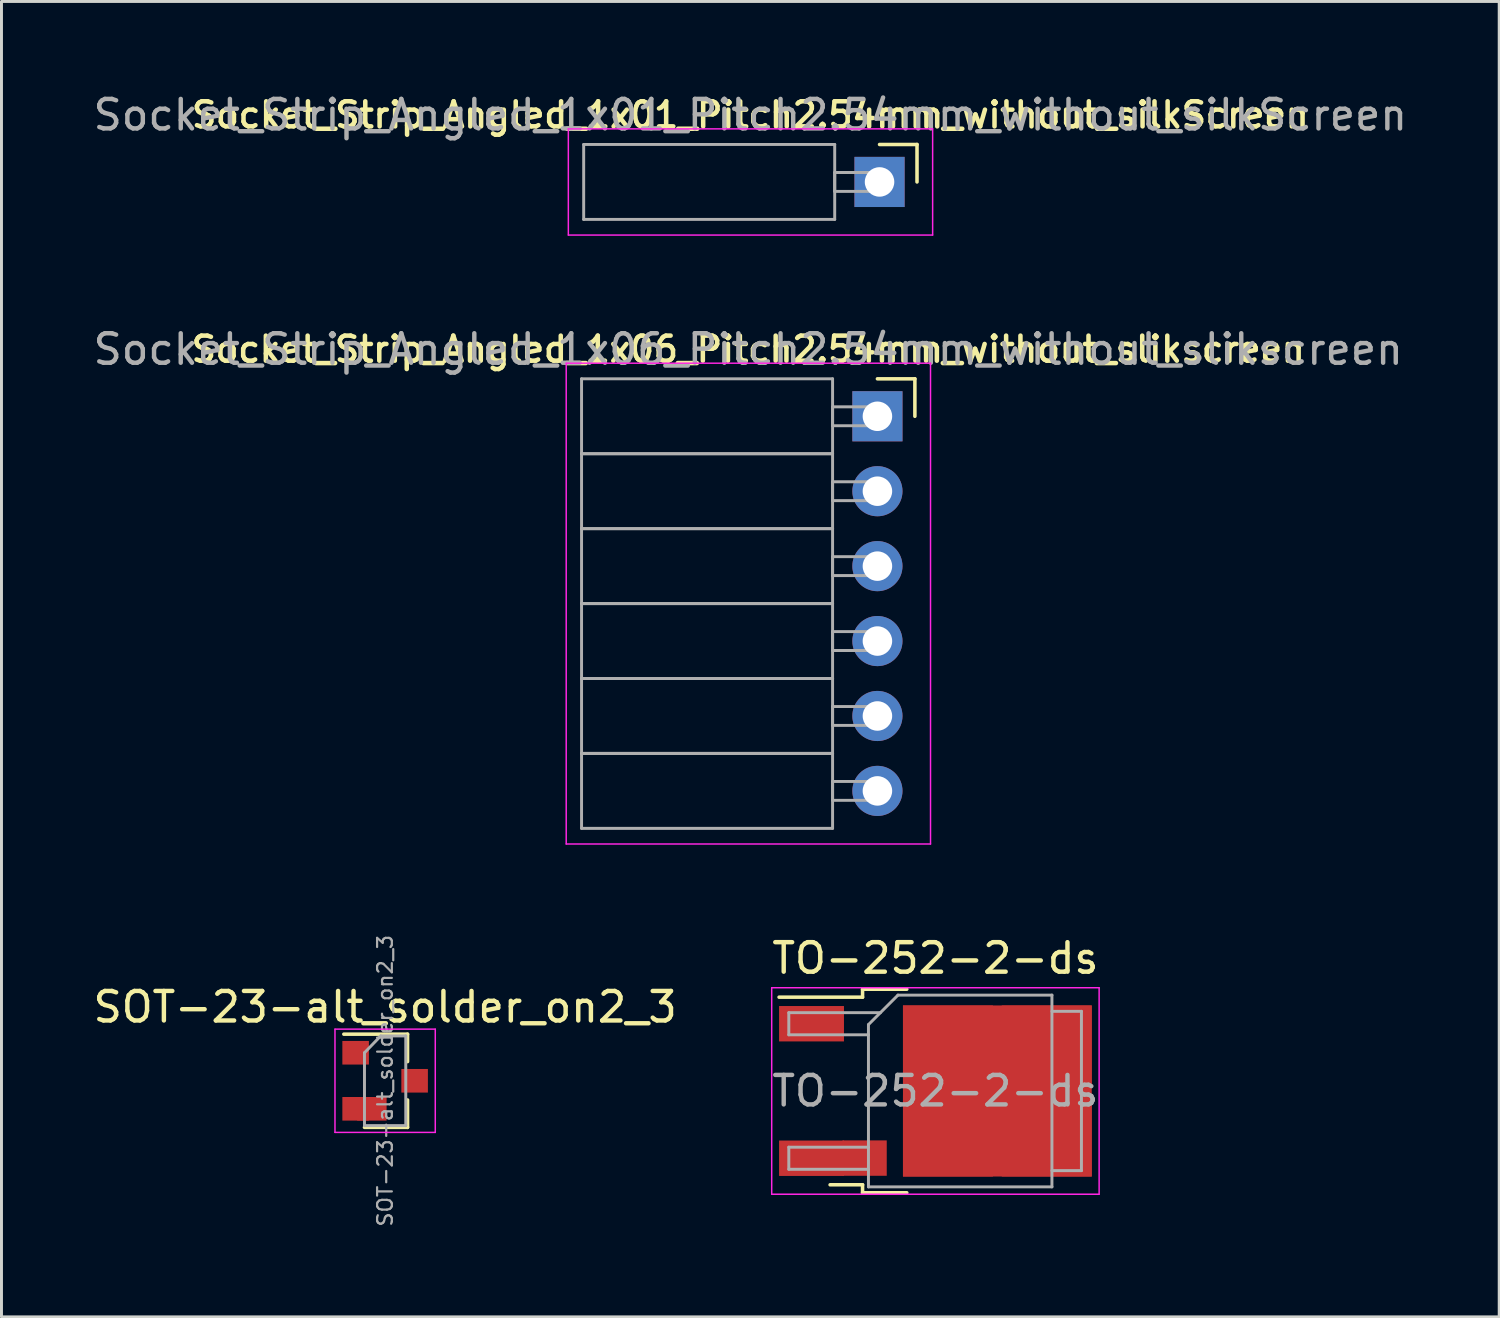
<source format=kicad_pcb>
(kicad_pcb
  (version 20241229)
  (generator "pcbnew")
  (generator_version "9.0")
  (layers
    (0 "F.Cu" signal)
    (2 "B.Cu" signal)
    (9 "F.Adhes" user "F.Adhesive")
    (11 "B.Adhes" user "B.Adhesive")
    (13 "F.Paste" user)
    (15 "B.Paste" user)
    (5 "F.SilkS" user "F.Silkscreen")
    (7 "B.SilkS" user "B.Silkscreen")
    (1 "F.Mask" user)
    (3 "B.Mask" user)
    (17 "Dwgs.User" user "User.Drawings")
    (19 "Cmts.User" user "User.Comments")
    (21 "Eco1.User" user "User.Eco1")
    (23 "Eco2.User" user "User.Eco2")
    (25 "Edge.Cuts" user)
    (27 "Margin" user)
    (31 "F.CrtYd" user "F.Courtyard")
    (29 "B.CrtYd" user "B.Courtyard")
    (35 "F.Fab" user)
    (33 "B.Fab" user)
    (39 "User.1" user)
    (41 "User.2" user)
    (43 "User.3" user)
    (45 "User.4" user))
  (footprint "Socket_Strip_Angled_1x06_Pitch2.54mm_without_slikscreen"
    (layer "F.Cu")
    (at 26.695 11.062)
    (property "Reference" "Socket_Strip_Angled_1x06_Pitch2.54mm_without_slikscreen" (at -4.38 -2.27 0) (layer "F.SilkS") (effects (font (size 0.85 0.85) (thickness 0.153))))
    (attr through_hole)
    (fp_line (start 0 -1.27) (end 1.27 -1.27) (stroke (width 0.12) (type solid)) (layer "F.SilkS"))
    (fp_line (start 1.27 -1.27) (end 1.27 0) (stroke (width 0.12) (type solid)) (layer "F.SilkS"))
    (fp_line (start -10.55 -1.8) (end 1.8 -1.8) (stroke (width 0.05) (type solid)) (layer "F.CrtYd"))
    (fp_line (start -10.55 14.5) (end -10.55 -1.8) (stroke (width 0.05) (type solid)) (layer "F.CrtYd"))
    (fp_line (start 1.8 -1.8) (end 1.8 14.5) (stroke (width 0.05) (type solid)) (layer "F.CrtYd"))
    (fp_line (start 1.8 14.5) (end -10.55 14.5) (stroke (width 0.05) (type solid)) (layer "F.CrtYd"))
    (fp_line (start -10.03 -1.27) (end -1.52 -1.27) (stroke (width 0.1) (type solid)) (layer "F.Fab"))
    (fp_line (start -10.03 1.27) (end -10.03 -1.27) (stroke (width 0.1) (type solid)) (layer "F.Fab"))
    (fp_line (start -10.03 1.27) (end -1.52 1.27) (stroke (width 0.1) (type solid)) (layer "F.Fab"))
    (fp_line (start -10.03 3.81) (end -10.03 1.27) (stroke (width 0.1) (type solid)) (layer "F.Fab"))
    (fp_line (start -10.03 3.81) (end -1.52 3.81) (stroke (width 0.1) (type solid)) (layer "F.Fab"))
    (fp_line (start -10.03 6.35) (end -10.03 3.81) (stroke (width 0.1) (type solid)) (layer "F.Fab"))
    (fp_line (start -10.03 6.35) (end -1.52 6.35) (stroke (width 0.1) (type solid)) (layer "F.Fab"))
    (fp_line (start -10.03 8.89) (end -10.03 6.35) (stroke (width 0.1) (type solid)) (layer "F.Fab"))
    (fp_line (start -10.03 8.89) (end -1.52 8.89) (stroke (width 0.1) (type solid)) (layer "F.Fab"))
    (fp_line (start -10.03 11.43) (end -10.03 8.89) (stroke (width 0.1) (type solid)) (layer "F.Fab"))
    (fp_line (start -10.03 11.43) (end -1.52 11.43) (stroke (width 0.1) (type solid)) (layer "F.Fab"))
    (fp_line (start -10.03 13.97) (end -10.03 11.43) (stroke (width 0.1) (type solid)) (layer "F.Fab"))
    (fp_line (start -1.52 -1.27) (end -1.52 1.27) (stroke (width 0.1) (type solid)) (layer "F.Fab"))
    (fp_line (start -1.52 -0.32) (end 0 -0.32) (stroke (width 0.1) (type solid)) (layer "F.Fab"))
    (fp_line (start -1.52 0.32) (end -1.52 -0.32) (stroke (width 0.1) (type solid)) (layer "F.Fab"))
    (fp_line (start -1.52 1.27) (end -10.03 1.27) (stroke (width 0.1) (type solid)) (layer "F.Fab"))
    (fp_line (start -1.52 1.27) (end -1.52 3.81) (stroke (width 0.1) (type solid)) (layer "F.Fab"))
    (fp_line (start -1.52 2.22) (end 0 2.22) (stroke (width 0.1) (type solid)) (layer "F.Fab"))
    (fp_line (start -1.52 2.86) (end -1.52 2.22) (stroke (width 0.1) (type solid)) (layer "F.Fab"))
    (fp_line (start -1.52 3.81) (end -10.03 3.81) (stroke (width 0.1) (type solid)) (layer "F.Fab"))
    (fp_line (start -1.52 3.81) (end -1.52 6.35) (stroke (width 0.1) (type solid)) (layer "F.Fab"))
    (fp_line (start -1.52 4.76) (end 0 4.76) (stroke (width 0.1) (type solid)) (layer "F.Fab"))
    (fp_line (start -1.52 5.4) (end -1.52 4.76) (stroke (width 0.1) (type solid)) (layer "F.Fab"))
    (fp_line (start -1.52 6.35) (end -10.03 6.35) (stroke (width 0.1) (type solid)) (layer "F.Fab"))
    (fp_line (start -1.52 6.35) (end -1.52 8.89) (stroke (width 0.1) (type solid)) (layer "F.Fab"))
    (fp_line (start -1.52 7.3) (end 0 7.3) (stroke (width 0.1) (type solid)) (layer "F.Fab"))
    (fp_line (start -1.52 7.94) (end -1.52 7.3) (stroke (width 0.1) (type solid)) (layer "F.Fab"))
    (fp_line (start -1.52 8.89) (end -10.03 8.89) (stroke (width 0.1) (type solid)) (layer "F.Fab"))
    (fp_line (start -1.52 8.89) (end -1.52 11.43) (stroke (width 0.1) (type solid)) (layer "F.Fab"))
    (fp_line (start -1.52 9.84) (end 0 9.84) (stroke (width 0.1) (type solid)) (layer "F.Fab"))
    (fp_line (start -1.52 10.48) (end -1.52 9.84) (stroke (width 0.1) (type solid)) (layer "F.Fab"))
    (fp_line (start -1.52 11.43) (end -10.03 11.43) (stroke (width 0.1) (type solid)) (layer "F.Fab"))
    (fp_line (start -1.52 11.43) (end -1.52 13.97) (stroke (width 0.1) (type solid)) (layer "F.Fab"))
    (fp_line (start -1.52 12.38) (end 0 12.38) (stroke (width 0.1) (type solid)) (layer "F.Fab"))
    (fp_line (start -1.52 13.02) (end -1.52 12.38) (stroke (width 0.1) (type solid)) (layer "F.Fab"))
    (fp_line (start -1.52 13.97) (end -10.03 13.97) (stroke (width 0.1) (type solid)) (layer "F.Fab"))
    (fp_line (start 0 -0.32) (end 0 0.32) (stroke (width 0.1) (type solid)) (layer "F.Fab"))
    (fp_line (start 0 0.32) (end -1.52 0.32) (stroke (width 0.1) (type solid)) (layer "F.Fab"))
    (fp_line (start 0 2.22) (end 0 2.86) (stroke (width 0.1) (type solid)) (layer "F.Fab"))
    (fp_line (start 0 2.86) (end -1.52 2.86) (stroke (width 0.1) (type solid)) (layer "F.Fab"))
    (fp_line (start 0 4.76) (end 0 5.4) (stroke (width 0.1) (type solid)) (layer "F.Fab"))
    (fp_line (start 0 5.4) (end -1.52 5.4) (stroke (width 0.1) (type solid)) (layer "F.Fab"))
    (fp_line (start 0 7.3) (end 0 7.94) (stroke (width 0.1) (type solid)) (layer "F.Fab"))
    (fp_line (start 0 7.94) (end -1.52 7.94) (stroke (width 0.1) (type solid)) (layer "F.Fab"))
    (fp_line (start 0 9.84) (end 0 10.48) (stroke (width 0.1) (type solid)) (layer "F.Fab"))
    (fp_line (start 0 10.48) (end -1.52 10.48) (stroke (width 0.1) (type solid)) (layer "F.Fab"))
    (fp_line (start 0 12.38) (end 0 13.02) (stroke (width 0.1) (type solid)) (layer "F.Fab"))
    (fp_line (start 0 13.02) (end -1.52 13.02) (stroke (width 0.1) (type solid)) (layer "F.Fab"))
    (fp_text user "${REFERENCE}" (at -4.38 -2.27 0) (layer "F.Fab") (effects (font (size 1 1) (thickness 0.15))))
    (pad "1" thru_hole rect (at 0 0) (size 1.7 1.7) (drill 1) (layers "*.Cu" "*.Mask"))
    (pad "2" thru_hole oval (at 0 2.54) (size 1.7 1.7) (drill 1) (layers "*.Cu" "*.Mask"))
    (pad "3" thru_hole oval (at 0 5.08) (size 1.7 1.7) (drill 1) (layers "*.Cu" "*.Mask"))
    (pad "4" thru_hole oval (at 0 7.62) (size 1.7 1.7) (drill 1) (layers "*.Cu" "*.Mask"))
    (pad "5" thru_hole oval (at 0 10.16) (size 1.7 1.7) (drill 1) (layers "*.Cu" "*.Mask"))
    (pad "6" thru_hole oval (at 0 12.7) (size 1.7 1.7) (drill 1) (layers "*.Cu" "*.Mask")))
  (footprint "Socket_Strip_Angled_1x01_Pitch2.54mm_without_silkScreen"
    (layer "F.Cu")
    (at 26.767 3.118)
    (property "Reference" "Socket_Strip_Angled_1x01_Pitch2.54mm_without_silkScreen" (at -4.38 -2.27 0) (layer "F.SilkS") (effects (font (size 0.85 0.85) (thickness 0.153))))
    (attr through_hole)
    (fp_line (start 0 -1.27) (end 1.27 -1.27) (stroke (width 0.12) (type solid)) (layer "F.SilkS"))
    (fp_line (start 1.27 -1.27) (end 1.27 0) (stroke (width 0.12) (type solid)) (layer "F.SilkS"))
    (fp_line (start -10.55 -1.8) (end 1.8 -1.8) (stroke (width 0.05) (type solid)) (layer "F.CrtYd"))
    (fp_line (start -10.55 1.8) (end -10.55 -1.8) (stroke (width 0.05) (type solid)) (layer "F.CrtYd"))
    (fp_line (start 1.8 -1.8) (end 1.8 1.8) (stroke (width 0.05) (type solid)) (layer "F.CrtYd"))
    (fp_line (start 1.8 1.8) (end -10.55 1.8) (stroke (width 0.05) (type solid)) (layer "F.CrtYd"))
    (fp_line (start -10.03 -1.27) (end -1.52 -1.27) (stroke (width 0.1) (type solid)) (layer "F.Fab"))
    (fp_line (start -10.03 1.27) (end -10.03 -1.27) (stroke (width 0.1) (type solid)) (layer "F.Fab"))
    (fp_line (start -1.52 -1.27) (end -1.52 1.27) (stroke (width 0.1) (type solid)) (layer "F.Fab"))
    (fp_line (start -1.52 -0.32) (end 0 -0.32) (stroke (width 0.1) (type solid)) (layer "F.Fab"))
    (fp_line (start -1.52 0.32) (end -1.52 -0.32) (stroke (width 0.1) (type solid)) (layer "F.Fab"))
    (fp_line (start -1.52 1.27) (end -10.03 1.27) (stroke (width 0.1) (type solid)) (layer "F.Fab"))
    (fp_line (start 0 -0.32) (end 0 0.32) (stroke (width 0.1) (type solid)) (layer "F.Fab"))
    (fp_line (start 0 0.32) (end -1.52 0.32) (stroke (width 0.1) (type solid)) (layer "F.Fab"))
    (fp_text user "${REFERENCE}" (at -4.38 -2.27 0) (layer "F.Fab") (effects (font (size 1 1) (thickness 0.15))))
    (pad "1" thru_hole rect (at 0 0) (size 1.7 1.7) (drill 1) (layers "*.Cu" "*.Mask")))
  (footprint "SOT-23-alt_solder_on2_3"
    (layer "F.Cu")
    (at 10.006 33.589)
    (property "Reference" "SOT-23-alt_solder_on2_3" (at 0 -2.5 0) (layer "F.SilkS") (effects (font (size 1 1) (thickness 0.15))))
    (attr smd)
    (fp_line (start 0.76 -1.58) (end -1.4 -1.58) (stroke (width 0.12) (type solid)) (layer "F.SilkS"))
    (fp_line (start 0.76 -1.58) (end 0.76 -0.65) (stroke (width 0.12) (type solid)) (layer "F.SilkS"))
    (fp_line (start 0.76 1.58) (end -0.7 1.58) (stroke (width 0.12) (type solid)) (layer "F.SilkS"))
    (fp_line (start 0.76 1.58) (end 0.76 0.65) (stroke (width 0.12) (type solid)) (layer "F.SilkS"))
    (fp_line (start -1.7 -1.75) (end 1.7 -1.75) (stroke (width 0.05) (type solid)) (layer "F.CrtYd"))
    (fp_line (start -1.7 1.75) (end -1.7 -1.75) (stroke (width 0.05) (type solid)) (layer "F.CrtYd"))
    (fp_line (start 1.7 -1.75) (end 1.7 1.75) (stroke (width 0.05) (type solid)) (layer "F.CrtYd"))
    (fp_line (start 1.7 1.75) (end -1.7 1.75) (stroke (width 0.05) (type solid)) (layer "F.CrtYd"))
    (fp_line (start -0.7 -0.95) (end -0.7 1.5) (stroke (width 0.1) (type solid)) (layer "F.Fab"))
    (fp_line (start -0.7 -0.95) (end -0.15 -1.52) (stroke (width 0.1) (type solid)) (layer "F.Fab"))
    (fp_line (start -0.7 1.52) (end 0.7 1.52) (stroke (width 0.1) (type solid)) (layer "F.Fab"))
    (fp_line (start -0.15 -1.52) (end 0.7 -1.52) (stroke (width 0.1) (type solid)) (layer "F.Fab"))
    (fp_line (start 0.7 -1.52) (end 0.7 1.52) (stroke (width 0.1) (type solid)) (layer "F.Fab"))
    (fp_text user "${REFERENCE}" (at 0 0 90) (layer "F.Fab") (effects (font (size 0.5 0.5) (thickness 0.075))))
    (pad "1" smd rect (at -1 -0.95) (size 0.9 0.8) (layers "F.Cu" "F.Mask" "F.Paste"))
    (pad "2" smd rect (at -1 0.95) (size 0.9 0.8) (layers "F.Cu" "F.Mask" "F.Paste"))
    (pad "2" smd rect (at -0.45 0.95) (size 1 0.8) (layers "F.Cu" "F.Mask" "F.Paste"))
    (pad "3" smd rect (at 1 0) (size 0.9 0.8) (layers "F.Cu" "F.Mask" "F.Paste")))
  (footprint "TO-252-2-ds"
    (layer "F.Cu")
    (at 28.661 33.935)
    (property "Reference" "TO-252-2-ds" (at 0 -4.5 0) (layer "F.SilkS") (effects (font (size 1 1) (thickness 0.15))))
    (attr smd)
    (fp_line (start -2.47 -3.45) (end -2.47 -3.18) (stroke (width 0.12) (type solid)) (layer "F.SilkS"))
    (fp_line (start -2.47 -3.18) (end -5.3 -3.18) (stroke (width 0.12) (type solid)) (layer "F.SilkS"))
    (fp_line (start -2.47 3.18) (end -3.57 3.18) (stroke (width 0.12) (type solid)) (layer "F.SilkS"))
    (fp_line (start -2.47 3.45) (end -2.47 3.18) (stroke (width 0.12) (type solid)) (layer "F.SilkS"))
    (fp_line (start -0.97 -3.45) (end -2.47 -3.45) (stroke (width 0.12) (type solid)) (layer "F.SilkS"))
    (fp_line (start -0.97 3.45) (end -2.47 3.45) (stroke (width 0.12) (type solid)) (layer "F.SilkS"))
    (fp_line (start -5.55 -3.5) (end -5.55 3.5) (stroke (width 0.05) (type solid)) (layer "F.CrtYd"))
    (fp_line (start -5.55 3.5) (end 5.55 3.5) (stroke (width 0.05) (type solid)) (layer "F.CrtYd"))
    (fp_line (start 5.55 -3.5) (end -5.55 -3.5) (stroke (width 0.05) (type solid)) (layer "F.CrtYd"))
    (fp_line (start 5.55 3.5) (end 5.55 -3.5) (stroke (width 0.05) (type solid)) (layer "F.CrtYd"))
    (fp_line (start -4.97 -2.655) (end -4.97 -1.905) (stroke (width 0.1) (type solid)) (layer "F.Fab"))
    (fp_line (start -4.97 -1.905) (end -2.27 -1.905) (stroke (width 0.1) (type solid)) (layer "F.Fab"))
    (fp_line (start -4.97 1.905) (end -4.97 2.655) (stroke (width 0.1) (type solid)) (layer "F.Fab"))
    (fp_line (start -4.97 2.655) (end -2.27 2.655) (stroke (width 0.1) (type solid)) (layer "F.Fab"))
    (fp_line (start -2.27 -2.25) (end -1.27 -3.25) (stroke (width 0.1) (type solid)) (layer "F.Fab"))
    (fp_line (start -2.27 1.905) (end -4.97 1.905) (stroke (width 0.1) (type solid)) (layer "F.Fab"))
    (fp_line (start -2.27 3.25) (end -2.27 -2.25) (stroke (width 0.1) (type solid)) (layer "F.Fab"))
    (fp_line (start -1.865 -2.655) (end -4.97 -2.655) (stroke (width 0.1) (type solid)) (layer "F.Fab"))
    (fp_line (start -1.27 -3.25) (end 3.95 -3.25) (stroke (width 0.1) (type solid)) (layer "F.Fab"))
    (fp_line (start 3.95 -3.25) (end 3.95 3.25) (stroke (width 0.1) (type solid)) (layer "F.Fab"))
    (fp_line (start 3.95 -2.7) (end 4.95 -2.7) (stroke (width 0.1) (type solid)) (layer "F.Fab"))
    (fp_line (start 3.95 3.25) (end -2.27 3.25) (stroke (width 0.1) (type solid)) (layer "F.Fab"))
    (fp_line (start 4.95 -2.7) (end 4.95 2.7) (stroke (width 0.1) (type solid)) (layer "F.Fab"))
    (fp_line (start 4.95 2.7) (end 3.95 2.7) (stroke (width 0.1) (type solid)) (layer "F.Fab"))
    (fp_text user "${REFERENCE}" (at 0 0 0) (layer "F.Fab") (effects (font (size 1 1) (thickness 0.15))))
    (pad "1" smd rect (at -4.2 -2.28) (size 2.2 1.2) (layers "F.Cu" "F.Mask" "F.Paste"))
    (pad "2" smd rect (at 0.425 -1.525) (size 3.05 2.75) (layers "F.Cu" "F.Paste"))
    (pad "2" smd rect (at 0.425 1.525) (size 3.05 2.75) (layers "F.Cu" "F.Paste"))
    (pad "2" smd rect (at 2.1 0) (size 6.4 5.8) (layers "F.Cu" "F.Mask"))
    (pad "2" smd rect (at 3.775 -1.525) (size 3.05 2.75) (layers "F.Cu" "F.Paste"))
    (pad "2" smd rect (at 3.775 1.525) (size 3.05 2.75) (layers "F.Cu" "F.Paste"))
    (pad "3" smd rect (at -4.2 2.28) (size 2.2 1.2) (layers "F.Cu" "F.Mask" "F.Paste"))
    (pad "3" smd rect (at -2.4 2.275) (size 1.5 1.2) (layers "F.Cu" "F.Mask" "F.Paste")))
  (gr_rect
    (start -3 -3)
    (end 47.774 41.592)
    (stroke (width 0.1) (type default))
    (fill no)
    (layer "Edge.Cuts")))
</source>
